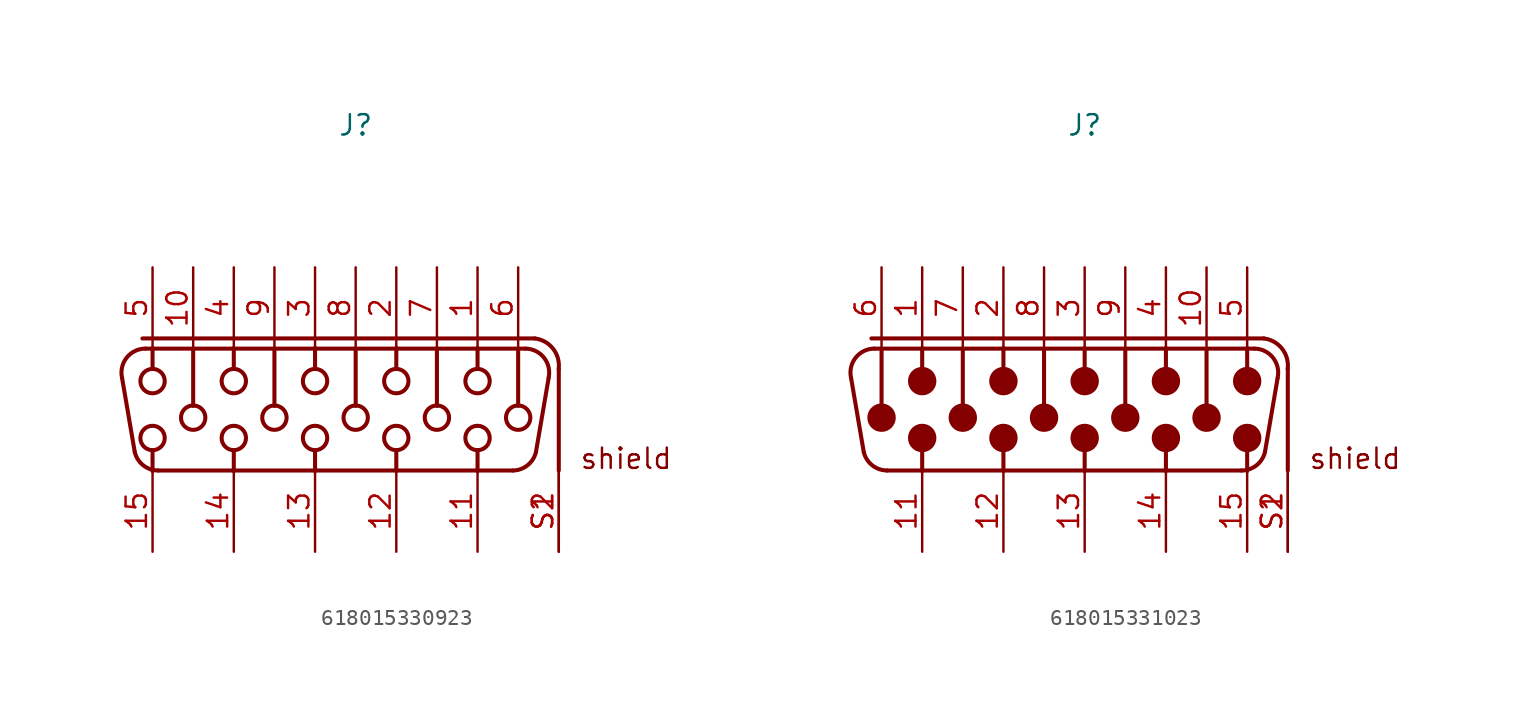
<source format=kicad_sym>
(kicad_symbol_lib
  (version 20241209)
  (generator "kicad_symbol_editor")
  (generator_version "9.0")
  (symbol "618015330923"
    (pin_names
      (hide yes))
    (property "Reference" "J"
      (at 0 17.78 0)
      (effects (font (size 1.27 1.27))))
    (symbol "618015330923_1_0"
      (polyline (pts (xy -13.813 -2.655) (xy -14.604 1.965)) (stroke (width 0.254) (type solid)) (fill (type none)))
      (polyline (pts (xy -13.335 4.445) (xy 11.2 4.445)) (stroke (width 0.254) (type solid)) (fill (type none)))
      (polyline (pts (xy -13.144 3.81) (xy 10.604 3.81)) (stroke (width 0.254) (type solid)) (fill (type none)))
      (arc (start -14.6042 1.965) (mid -14.3207 3.2407) (end -13.1443 3.81) (stroke (width 0.254) (type solid)) (fill (type none)))
      (polyline (pts (xy -12.7 3.85) (xy -12.7 2.57)) (stroke (width 0.254) (type solid)) (fill (type none)))
      (circle (center -12.7 1.778) (radius 0.762) (stroke (width 0.254) (type solid)) (fill (type none)))
      (circle (center -12.7 -1.778) (radius 0.762) (stroke (width 0.254) (type solid)) (fill (type none)))
      (polyline (pts (xy -12.7 -3.85) (xy -12.7 -2.57)) (stroke (width 0.254) (type solid)) (fill (type none)))
      (arc (start -12.353 -3.81) (mid -13.2838 -3.4862) (end -13.8128 -2.6547) (stroke (width 0.254) (type solid)) (fill (type none)))
      (polyline (pts (xy -10.16 3.81) (xy -10.16 0.23)) (stroke (width 0.254) (type solid)) (fill (type none)))
      (circle (center -10.16 -0.508) (radius 0.762) (stroke (width 0.254) (type solid)) (fill (type none)))
      (polyline (pts (xy -7.62 3.85) (xy -7.62 2.57)) (stroke (width 0.254) (type solid)) (fill (type none)))
      (circle (center -7.62 1.778) (radius 0.762) (stroke (width 0.254) (type solid)) (fill (type none)))
      (circle (center -7.62 -1.778) (radius 0.762) (stroke (width 0.254) (type solid)) (fill (type none)))
      (polyline (pts (xy -7.62 -3.85) (xy -7.62 -2.57)) (stroke (width 0.254) (type solid)) (fill (type none)))
      (polyline (pts (xy -5.08 3.81) (xy -5.08 0.23)) (stroke (width 0.254) (type solid)) (fill (type none)))
      (circle (center -5.08 -0.508) (radius 0.762) (stroke (width 0.254) (type solid)) (fill (type none)))
      (polyline (pts (xy -2.54 3.85) (xy -2.54 2.57)) (stroke (width 0.254) (type solid)) (fill (type none)))
      (circle (center -2.54 1.778) (radius 0.762) (stroke (width 0.254) (type solid)) (fill (type none)))
      (circle (center -2.54 -1.778) (radius 0.762) (stroke (width 0.254) (type solid)) (fill (type none)))
      (polyline (pts (xy -2.54 -3.85) (xy -2.54 -2.57)) (stroke (width 0.254) (type solid)) (fill (type none)))
      (polyline (pts (xy 0 3.81) (xy 0 0.23)) (stroke (width 0.254) (type solid)) (fill (type none)))
      (circle (center 0 -0.508) (radius 0.762) (stroke (width 0.254) (type solid)) (fill (type none)))
      (polyline (pts (xy 2.54 3.85) (xy 2.54 2.57)) (stroke (width 0.254) (type solid)) (fill (type none)))
      (circle (center 2.54 1.778) (radius 0.762) (stroke (width 0.254) (type solid)) (fill (type none)))
      (circle (center 2.54 -1.778) (radius 0.762) (stroke (width 0.254) (type solid)) (fill (type none)))
      (polyline (pts (xy 2.54 -3.85) (xy 2.54 -2.57)) (stroke (width 0.254) (type solid)) (fill (type none)))
      (polyline (pts (xy 5.08 3.81) (xy 5.08 0.23)) (stroke (width 0.254) (type solid)) (fill (type none)))
      (circle (center 5.08 -0.508) (radius 0.762) (stroke (width 0.254) (type solid)) (fill (type none)))
      (polyline (pts (xy 7.62 3.85) (xy 7.62 2.57)) (stroke (width 0.254) (type solid)) (fill (type none)))
      (circle (center 7.62 1.778) (radius 0.762) (stroke (width 0.254) (type solid)) (fill (type none)))
      (circle (center 7.62 -1.778) (radius 0.762) (stroke (width 0.254) (type solid)) (fill (type none)))
      (polyline (pts (xy 7.62 -3.85) (xy 7.62 -2.57)) (stroke (width 0.254) (type solid)) (fill (type none)))
      (arc (start 11.2728 -2.6548) (mid 10.7437 -3.4863) (end 9.8129 -3.81) (stroke (width 0.254) (type solid)) (fill (type none)))
      (polyline (pts (xy 9.813 -3.81) (xy -12.353 -3.81)) (stroke (width 0.254) (type solid)) (fill (type none)))
      (polyline (pts (xy 10.16 3.81) (xy 10.16 0.23)) (stroke (width 0.254) (type solid)) (fill (type none)))
      (circle (center 10.16 -0.508) (radius 0.762) (stroke (width 0.254) (type solid)) (fill (type none)))
      (arc (start 10.6043 3.81) (mid 11.7807 3.2407) (end 12.0642 1.965) (stroke (width 0.254) (type solid)) (fill (type none)))
      (arc (start 11.2 4.445) (mid 12.3464 3.8046) (end 12.7 2.54) (stroke (width 0.254) (type solid)) (fill (type none)))
      (polyline (pts (xy 12.064 1.965) (xy 11.273 -2.655)) (stroke (width 0.254) (type solid)) (fill (type none)))
      (polyline (pts (xy 12.7 -3.81) (xy 12.7 2.54)) (stroke (width 0.254) (type solid)) (fill (type none)))
      (pin passive line (at -12.7 8.89 270) (length 5.08) (name "5" (effects (font (size 1.27 1.27)))) (number "5" (effects (font (size 1.27 1.27)))))
      (pin passive line (at -12.7 -8.89 90) (length 5.08) (name "15" (effects (font (size 1.27 1.27)))) (number "15" (effects (font (size 1.27 1.27)))))
      (pin passive line (at -10.16 8.89 270) (length 5.08) (name "10" (effects (font (size 1.27 1.27)))) (number "10" (effects (font (size 1.27 1.27)))))
      (pin passive line (at -7.62 8.89 270) (length 5.08) (name "4" (effects (font (size 1.27 1.27)))) (number "4" (effects (font (size 1.27 1.27)))))
      (pin passive line (at -7.62 -8.89 90) (length 5.08) (name "14" (effects (font (size 1.27 1.27)))) (number "14" (effects (font (size 1.27 1.27)))))
      (pin passive line (at -5.08 8.89 270) (length 5.08) (name "9" (effects (font (size 1.27 1.27)))) (number "9" (effects (font (size 1.27 1.27)))))
      (pin passive line (at -2.54 8.89 270) (length 5.08) (name "3" (effects (font (size 1.27 1.27)))) (number "3" (effects (font (size 1.27 1.27)))))
      (pin passive line (at -2.54 -8.89 90) (length 5.08) (name "13" (effects (font (size 1.27 1.27)))) (number "13" (effects (font (size 1.27 1.27)))))
      (pin passive line (at 0 8.89 270) (length 5.08) (name "8" (effects (font (size 1.27 1.27)))) (number "8" (effects (font (size 1.27 1.27)))))
      (pin passive line (at 2.54 8.89 270) (length 5.08) (name "2" (effects (font (size 1.27 1.27)))) (number "2" (effects (font (size 1.27 1.27)))))
      (pin passive line (at 2.54 -8.89 90) (length 5.08) (name "12" (effects (font (size 1.27 1.27)))) (number "12" (effects (font (size 1.27 1.27)))))
      (pin passive line (at 5.08 8.89 270) (length 5.08) (name "7" (effects (font (size 1.27 1.27)))) (number "7" (effects (font (size 1.27 1.27)))))
      (pin passive line (at 7.62 8.89 270) (length 5.08) (name "1" (effects (font (size 1.27 1.27)))) (number "1" (effects (font (size 1.27 1.27)))))
      (pin passive line (at 7.62 -8.89 90) (length 5.08) (name "11" (effects (font (size 1.27 1.27)))) (number "11" (effects (font (size 1.27 1.27)))))
      (pin passive line (at 10.16 8.89 270) (length 5.08) (name "6" (effects (font (size 1.27 1.27)))) (number "6" (effects (font (size 1.27 1.27)))))
      (pin passive line (at 12.7 -8.89 90) (length 5.08) (name "SHIELD" (effects (font (size 1.27 1.27)))) (number "S1" (effects (font (size 1.27 1.27)))))
      (pin passive line (at 12.7 -8.89 90) (length 5.08) (name "SHIELD" (effects (font (size 1.27 1.27)))) (number "S2" (effects (font (size 1.27 1.27))))))
    (symbol "618015330923_1_1"
      (text "shield" (at 13.97 -3.81 0) (effects (font (size 1.27 1.27)) (justify left bottom)))))
  (symbol "618015331023"
    (pin_names
      (hide yes))
    (property "Reference" "J"
      (at 0 17.78 0)
      (effects (font (size 1.27 1.27))))
    (symbol "618015331023_1_0"
      (polyline (pts (xy -13.813 -2.655) (xy -14.604 1.965)) (stroke (width 0.254) (type solid)) (fill (type none)))
      (polyline (pts (xy -13.335 4.445) (xy 11.2 4.445)) (stroke (width 0.254) (type solid)) (fill (type none)))
      (polyline (pts (xy -13.144 3.81) (xy 10.604 3.81)) (stroke (width 0.254) (type solid)) (fill (type none)))
      (arc (start -14.6042 1.965) (mid -14.3207 3.2407) (end -13.1443 3.81) (stroke (width 0.254) (type solid)) (fill (type none)))
      (polyline (pts (xy -12.7 3.81) (xy -12.7 -0.87)) (stroke (width 0.254) (type solid)) (fill (type none)))
      (circle (center -12.7 -0.508) (radius 0.762) (stroke (width 0.254) (type solid)) (fill (type outline)))
      (arc (start -12.353 -3.81) (mid -13.2838 -3.4862) (end -13.8128 -2.6547) (stroke (width 0.254) (type solid)) (fill (type none)))
      (polyline (pts (xy -10.16 3.85) (xy -10.16 1.67)) (stroke (width 0.254) (type solid)) (fill (type none)))
      (circle (center -10.16 1.778) (radius 0.762) (stroke (width 0.254) (type solid)) (fill (type outline)))
      (circle (center -10.16 -1.778) (radius 0.762) (stroke (width 0.254) (type solid)) (fill (type outline)))
      (polyline (pts (xy -10.16 -3.85) (xy -10.16 -1.67)) (stroke (width 0.254) (type solid)) (fill (type none)))
      (polyline (pts (xy -7.62 3.81) (xy -7.62 -0.87)) (stroke (width 0.254) (type solid)) (fill (type none)))
      (circle (center -7.62 -0.508) (radius 0.762) (stroke (width 0.254) (type solid)) (fill (type outline)))
      (polyline (pts (xy -5.08 3.85) (xy -5.08 1.67)) (stroke (width 0.254) (type solid)) (fill (type none)))
      (circle (center -5.08 1.778) (radius 0.762) (stroke (width 0.254) (type solid)) (fill (type outline)))
      (circle (center -5.08 -1.778) (radius 0.762) (stroke (width 0.254) (type solid)) (fill (type outline)))
      (polyline (pts (xy -5.08 -3.85) (xy -5.08 -1.67)) (stroke (width 0.254) (type solid)) (fill (type none)))
      (polyline (pts (xy -2.54 3.81) (xy -2.54 -0.87)) (stroke (width 0.254) (type solid)) (fill (type none)))
      (circle (center -2.54 -0.508) (radius 0.762) (stroke (width 0.254) (type solid)) (fill (type outline)))
      (polyline (pts (xy 0 3.85) (xy 0 1.67)) (stroke (width 0.254) (type solid)) (fill (type none)))
      (circle (center 0 1.778) (radius 0.762) (stroke (width 0.254) (type solid)) (fill (type outline)))
      (circle (center 0 -1.778) (radius 0.762) (stroke (width 0.254) (type solid)) (fill (type outline)))
      (polyline (pts (xy 0 -3.85) (xy 0 -1.67)) (stroke (width 0.254) (type solid)) (fill (type none)))
      (polyline (pts (xy 2.54 3.81) (xy 2.54 -0.87)) (stroke (width 0.254) (type solid)) (fill (type none)))
      (circle (center 2.54 -0.508) (radius 0.762) (stroke (width 0.254) (type solid)) (fill (type outline)))
      (polyline (pts (xy 5.08 3.85) (xy 5.08 1.67)) (stroke (width 0.254) (type solid)) (fill (type none)))
      (circle (center 5.08 1.778) (radius 0.762) (stroke (width 0.254) (type solid)) (fill (type outline)))
      (circle (center 5.08 -1.778) (radius 0.762) (stroke (width 0.254) (type solid)) (fill (type outline)))
      (polyline (pts (xy 5.08 -3.85) (xy 5.08 -1.67)) (stroke (width 0.254) (type solid)) (fill (type none)))
      (polyline (pts (xy 7.62 3.81) (xy 7.62 -0.87)) (stroke (width 0.254) (type solid)) (fill (type none)))
      (circle (center 7.62 -0.508) (radius 0.762) (stroke (width 0.254) (type solid)) (fill (type outline)))
      (arc (start 11.2728 -2.6548) (mid 10.7437 -3.4863) (end 9.8129 -3.81) (stroke (width 0.254) (type solid)) (fill (type none)))
      (polyline (pts (xy 9.813 -3.81) (xy -12.353 -3.81)) (stroke (width 0.254) (type solid)) (fill (type none)))
      (polyline (pts (xy 10.16 3.85) (xy 10.16 1.67)) (stroke (width 0.254) (type solid)) (fill (type none)))
      (circle (center 10.16 1.778) (radius 0.762) (stroke (width 0.254) (type solid)) (fill (type outline)))
      (circle (center 10.16 -1.778) (radius 0.762) (stroke (width 0.254) (type solid)) (fill (type outline)))
      (polyline (pts (xy 10.16 -3.85) (xy 10.16 -1.67)) (stroke (width 0.254) (type solid)) (fill (type none)))
      (arc (start 10.6043 3.81) (mid 11.7807 3.2407) (end 12.0642 1.965) (stroke (width 0.254) (type solid)) (fill (type none)))
      (arc (start 11.2 4.445) (mid 12.3464 3.8046) (end 12.7 2.54) (stroke (width 0.254) (type solid)) (fill (type none)))
      (polyline (pts (xy 12.064 1.965) (xy 11.273 -2.655)) (stroke (width 0.254) (type solid)) (fill (type none)))
      (polyline (pts (xy 12.7 -3.81) (xy 12.7 2.54)) (stroke (width 0.254) (type solid)) (fill (type none)))
      (pin passive line (at -12.7 8.89 270) (length 5.08) (name "6" (effects (font (size 1.27 1.27)))) (number "6" (effects (font (size 1.27 1.27)))))
      (pin passive line (at -10.16 8.89 270) (length 5.08) (name "1" (effects (font (size 1.27 1.27)))) (number "1" (effects (font (size 1.27 1.27)))))
      (pin passive line (at -10.16 -8.89 90) (length 5.08) (name "11" (effects (font (size 1.27 1.27)))) (number "11" (effects (font (size 1.27 1.27)))))
      (pin passive line (at -7.62 8.89 270) (length 5.08) (name "7" (effects (font (size 1.27 1.27)))) (number "7" (effects (font (size 1.27 1.27)))))
      (pin passive line (at -5.08 8.89 270) (length 5.08) (name "2" (effects (font (size 1.27 1.27)))) (number "2" (effects (font (size 1.27 1.27)))))
      (pin passive line (at -5.08 -8.89 90) (length 5.08) (name "12" (effects (font (size 1.27 1.27)))) (number "12" (effects (font (size 1.27 1.27)))))
      (pin passive line (at -2.54 8.89 270) (length 5.08) (name "8" (effects (font (size 1.27 1.27)))) (number "8" (effects (font (size 1.27 1.27)))))
      (pin passive line (at 0 8.89 270) (length 5.08) (name "3" (effects (font (size 1.27 1.27)))) (number "3" (effects (font (size 1.27 1.27)))))
      (pin passive line (at 0 -8.89 90) (length 5.08) (name "13" (effects (font (size 1.27 1.27)))) (number "13" (effects (font (size 1.27 1.27)))))
      (pin passive line (at 2.54 8.89 270) (length 5.08) (name "9" (effects (font (size 1.27 1.27)))) (number "9" (effects (font (size 1.27 1.27)))))
      (pin passive line (at 5.08 8.89 270) (length 5.08) (name "4" (effects (font (size 1.27 1.27)))) (number "4" (effects (font (size 1.27 1.27)))))
      (pin passive line (at 5.08 -8.89 90) (length 5.08) (name "14" (effects (font (size 1.27 1.27)))) (number "14" (effects (font (size 1.27 1.27)))))
      (pin passive line (at 7.62 8.89 270) (length 5.08) (name "10" (effects (font (size 1.27 1.27)))) (number "10" (effects (font (size 1.27 1.27)))))
      (pin passive line (at 10.16 8.89 270) (length 5.08) (name "5" (effects (font (size 1.27 1.27)))) (number "5" (effects (font (size 1.27 1.27)))))
      (pin passive line (at 10.16 -8.89 90) (length 5.08) (name "15" (effects (font (size 1.27 1.27)))) (number "15" (effects (font (size 1.27 1.27)))))
      (pin passive line (at 12.7 -8.89 90) (length 5.08) (name "SHIELD" (effects (font (size 1.27 1.27)))) (number "S1" (effects (font (size 1.27 1.27)))))
      (pin passive line (at 12.7 -8.89 90) (length 5.08) (name "SHIELD" (effects (font (size 1.27 1.27)))) (number "S2" (effects (font (size 1.27 1.27))))))
    (symbol "618015331023_1_1"
      (text "shield" (at 13.97 -3.81 0) (effects (font (size 1.27 1.27)) (justify left bottom))))))
</source>
